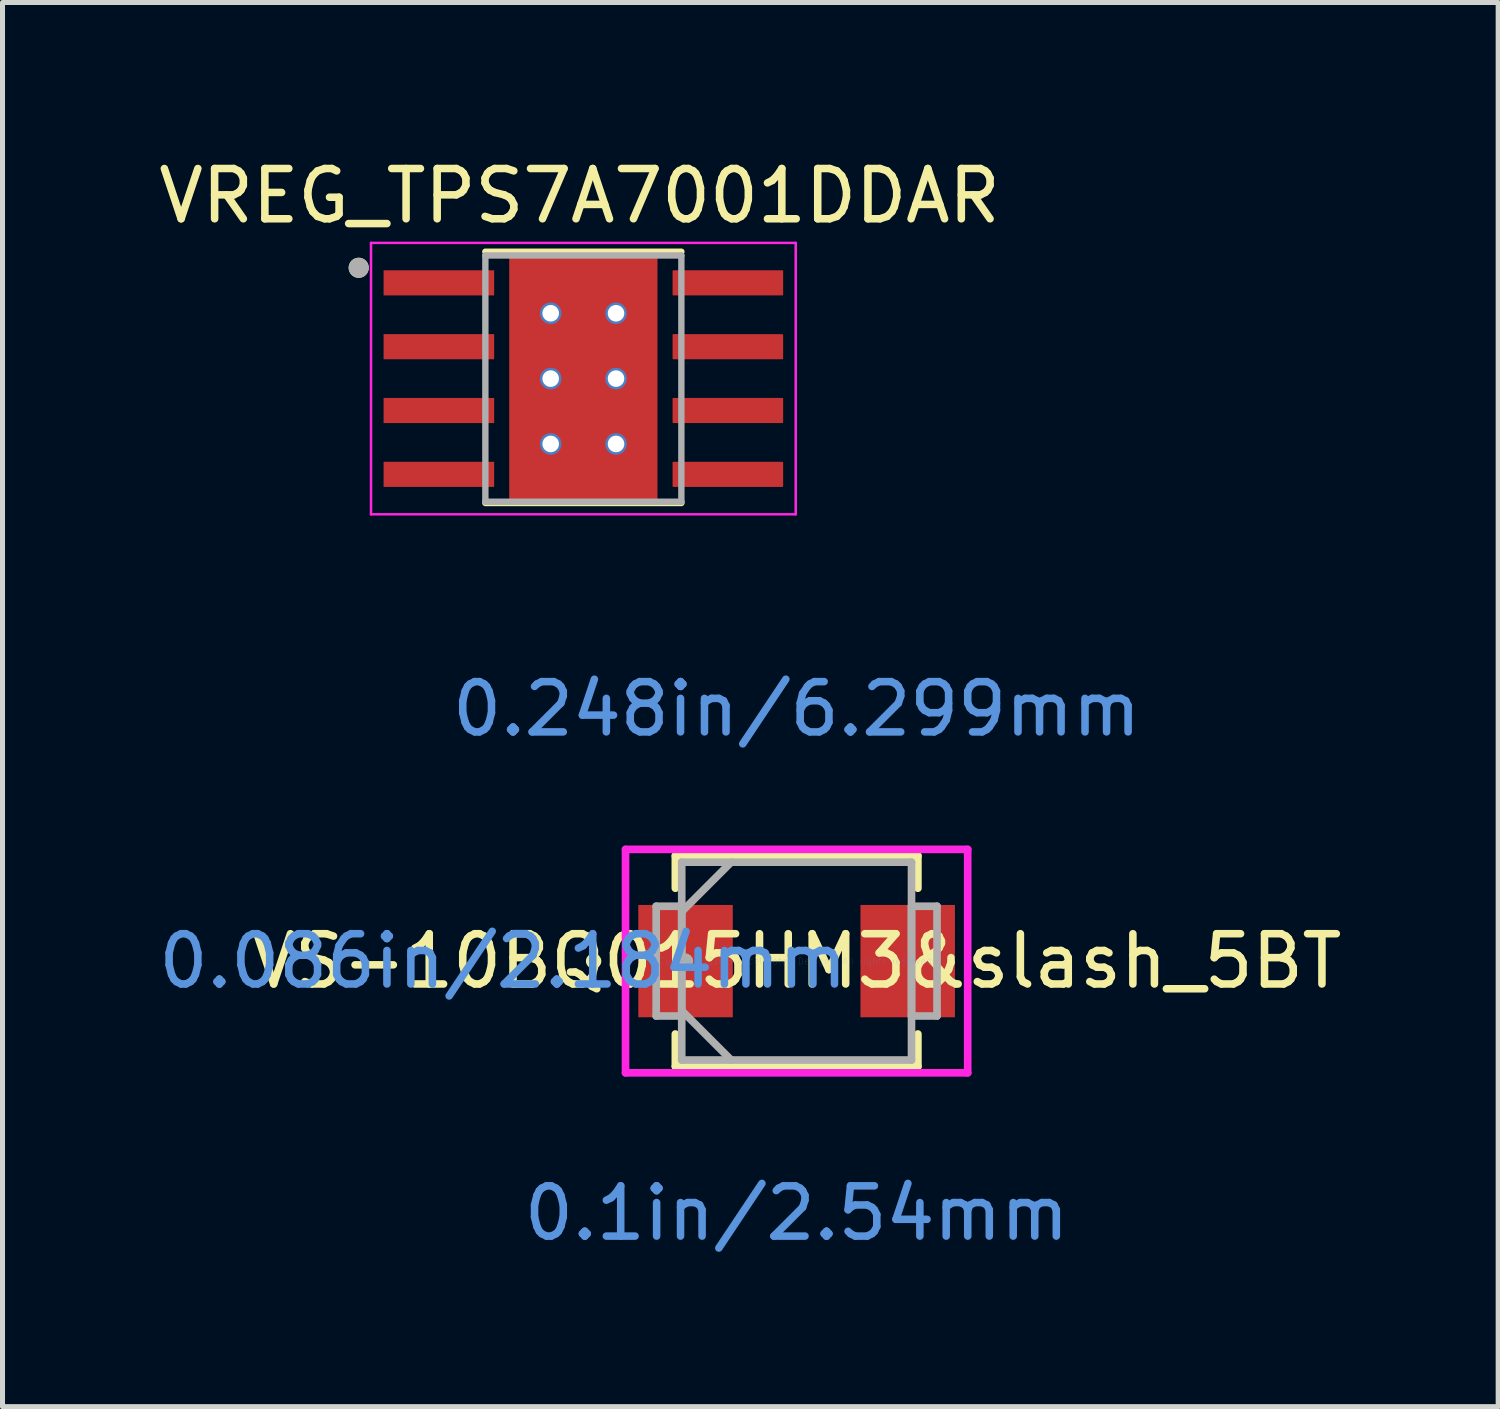
<source format=kicad_pcb>
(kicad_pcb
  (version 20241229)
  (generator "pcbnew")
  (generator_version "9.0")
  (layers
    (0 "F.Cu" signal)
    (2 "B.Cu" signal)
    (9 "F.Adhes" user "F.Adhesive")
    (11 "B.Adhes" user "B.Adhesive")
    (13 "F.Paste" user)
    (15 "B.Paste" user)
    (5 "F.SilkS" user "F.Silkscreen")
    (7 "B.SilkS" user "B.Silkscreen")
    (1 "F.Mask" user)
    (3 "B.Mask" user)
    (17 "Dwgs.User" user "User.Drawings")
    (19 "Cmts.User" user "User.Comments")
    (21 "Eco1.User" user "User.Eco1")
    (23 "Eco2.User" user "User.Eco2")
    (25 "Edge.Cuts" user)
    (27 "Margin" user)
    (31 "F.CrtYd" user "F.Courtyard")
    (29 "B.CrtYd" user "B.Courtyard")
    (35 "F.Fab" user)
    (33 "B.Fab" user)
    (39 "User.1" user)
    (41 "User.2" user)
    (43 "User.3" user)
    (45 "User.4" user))
  (footprint "VREG_TPS7A7001DDAR"
    (layer "F.Cu")
    (at 8.557 4.483)
    (property "Reference" "VREG_TPS7A7001DDAR" (at -0.075 -3.635 0) (layer "F.SilkS") (effects (font (size 1 1) (thickness 0.15))))
    (attr smd)
    (fp_poly (pts (xy -4.045 -2.225) (xy -1.705 -2.225) (xy -1.705 -1.585) (xy -4.045 -1.585)) (stroke (width 0.01) (type solid)) (fill yes) (layer "F.Mask"))
    (fp_poly (pts (xy -4.045 -0.955) (xy -1.705 -0.955) (xy -1.705 -0.315) (xy -4.045 -0.315)) (stroke (width 0.01) (type solid)) (fill yes) (layer "F.Mask"))
    (fp_poly (pts (xy -4.045 0.315) (xy -1.705 0.315) (xy -1.705 0.955) (xy -4.045 0.955)) (stroke (width 0.01) (type solid)) (fill yes) (layer "F.Mask"))
    (fp_poly (pts (xy -4.045 1.585) (xy -1.705 1.585) (xy -1.705 2.225) (xy -4.045 2.225)) (stroke (width 0.01) (type solid)) (fill yes) (layer "F.Mask"))
    (fp_poly (pts (xy -1.2 -1.55) (xy 1.2 -1.55) (xy 1.2 1.55) (xy -1.2 1.55)) (stroke (width 0.01) (type solid)) (fill yes) (layer "F.Mask"))
    (fp_poly (pts (xy 1.705 -2.225) (xy 4.045 -2.225) (xy 4.045 -1.585) (xy 1.705 -1.585)) (stroke (width 0.01) (type solid)) (fill yes) (layer "F.Mask"))
    (fp_poly (pts (xy 1.705 -0.955) (xy 4.045 -0.955) (xy 4.045 -0.315) (xy 1.705 -0.315)) (stroke (width 0.01) (type solid)) (fill yes) (layer "F.Mask"))
    (fp_poly (pts (xy 1.705 0.315) (xy 4.045 0.315) (xy 4.045 0.955) (xy 1.705 0.955)) (stroke (width 0.01) (type solid)) (fill yes) (layer "F.Mask"))
    (fp_poly (pts (xy 1.705 1.585) (xy 4.045 1.585) (xy 4.045 2.225) (xy 1.705 2.225)) (stroke (width 0.01) (type solid)) (fill yes) (layer "F.Mask"))
    (fp_line (start -1.95 -2.525) (end 1.95 -2.525) (stroke (width 0.127) (type solid)) (layer "F.SilkS"))
    (fp_line (start -1.95 2.475) (end 1.95 2.475) (stroke (width 0.127) (type solid)) (layer "F.SilkS"))
    (fp_circle (center -4.47 -2.205) (end -4.37 -2.205) (stroke (width 0.2) (type solid)) (fill no) (layer "F.SilkS"))
    (fp_poly (pts (xy -3.95 -2.13) (xy -1.8 -2.13) (xy -1.8 -1.68) (xy -3.95 -1.68)) (stroke (width 0.01) (type solid)) (fill yes) (layer "F.Paste"))
    (fp_poly (pts (xy -3.95 -0.86) (xy -1.8 -0.86) (xy -1.8 -0.41) (xy -3.95 -0.41)) (stroke (width 0.01) (type solid)) (fill yes) (layer "F.Paste"))
    (fp_poly (pts (xy -3.95 0.41) (xy -1.8 0.41) (xy -1.8 0.86) (xy -3.95 0.86)) (stroke (width 0.01) (type solid)) (fill yes) (layer "F.Paste"))
    (fp_poly (pts (xy -3.95 1.68) (xy -1.8 1.68) (xy -1.8 2.13) (xy -3.95 2.13)) (stroke (width 0.01) (type solid)) (fill yes) (layer "F.Paste"))
    (fp_poly (pts (xy -1.2 -1.55) (xy 1.2 -1.55) (xy 1.2 1.55) (xy -1.2 1.55)) (stroke (width 0.01) (type solid)) (fill yes) (layer "F.Paste"))
    (fp_poly (pts (xy 1.8 -2.13) (xy 3.95 -2.13) (xy 3.95 -1.68) (xy 1.8 -1.68)) (stroke (width 0.01) (type solid)) (fill yes) (layer "F.Paste"))
    (fp_poly (pts (xy 1.8 -0.86) (xy 3.95 -0.86) (xy 3.95 -0.41) (xy 1.8 -0.41)) (stroke (width 0.01) (type solid)) (fill yes) (layer "F.Paste"))
    (fp_poly (pts (xy 1.8 0.41) (xy 3.95 0.41) (xy 3.95 0.86) (xy 1.8 0.86)) (stroke (width 0.01) (type solid)) (fill yes) (layer "F.Paste"))
    (fp_poly (pts (xy 1.8 1.68) (xy 3.95 1.68) (xy 3.95 2.13) (xy 1.8 2.13)) (stroke (width 0.01) (type solid)) (fill yes) (layer "F.Paste"))
    (fp_line (start -4.225 -2.7) (end -4.225 2.7) (stroke (width 0.05) (type solid)) (layer "F.CrtYd"))
    (fp_line (start -4.225 -2.7) (end 4.225 -2.7) (stroke (width 0.05) (type solid)) (layer "F.CrtYd"))
    (fp_line (start -4.225 2.7) (end 4.225 2.7) (stroke (width 0.05) (type solid)) (layer "F.CrtYd"))
    (fp_line (start 4.225 -2.7) (end 4.225 2.7) (stroke (width 0.05) (type solid)) (layer "F.CrtYd"))
    (fp_line (start -1.95 -2.45) (end -1.95 2.45) (stroke (width 0.127) (type solid)) (layer "F.Fab"))
    (fp_line (start -1.95 -2.45) (end 1.95 -2.45) (stroke (width 0.127) (type solid)) (layer "F.Fab"))
    (fp_line (start -1.95 2.45) (end 1.95 2.45) (stroke (width 0.127) (type solid)) (layer "F.Fab"))
    (fp_line (start 1.95 -2.45) (end 1.95 2.45) (stroke (width 0.127) (type solid)) (layer "F.Fab"))
    (fp_circle (center -4.47 -2.205) (end -4.37 -2.205) (stroke (width 0.2) (type solid)) (fill no) (layer "F.Fab"))
    (pad "1" smd rect (at -2.875 -1.905) (size 2.2 0.5) (layers "F.Cu"))
    (pad "2" smd rect (at -2.875 -0.635) (size 2.2 0.5) (layers "F.Cu"))
    (pad "3" smd rect (at -2.875 0.635) (size 2.2 0.5) (layers "F.Cu"))
    (pad "4" smd rect (at -2.875 1.905) (size 2.2 0.5) (layers "F.Cu"))
    (pad "5" smd roundrect (at 2.875 1.905) (size 2.2 0.5) (layers "F.Cu") (roundrect_rratio 0.03))
    (pad "6" smd roundrect (at 2.875 0.635) (size 2.2 0.5) (layers "F.Cu") (roundrect_rratio 0.03))
    (pad "7" smd roundrect (at 2.875 -0.635) (size 2.2 0.5) (layers "F.Cu") (roundrect_rratio 0.03))
    (pad "8" smd roundrect (at 2.875 -1.905) (size 2.2 0.5) (layers "F.Cu") (roundrect_rratio 0.03))
    (pad "9" smd rect (at 0 0) (size 2.95 4.9) (layers "F.Cu"))
    (pad "10" thru_hole circle (at -0.65 -1.3) (size 0.43 0.43) (drill 0.33) (layers "*.Cu"))
    (pad "11" thru_hole circle (at 0.65 -1.3) (size 0.43 0.43) (drill 0.33) (layers "*.Cu"))
    (pad "12" thru_hole circle (at -0.65 0) (size 0.43 0.43) (drill 0.33) (layers "*.Cu"))
    (pad "13" thru_hole circle (at 0.65 0) (size 0.43 0.43) (drill 0.33) (layers "*.Cu"))
    (pad "14" thru_hole circle (at -0.65 1.3) (size 0.43 0.43) (drill 0.33) (layers "*.Cu"))
    (pad "15" thru_hole circle (at 0.65 1.3) (size 0.43 0.43) (drill 0.33) (layers "*.Cu")))
  (footprint "VS-10BQ015HM3&slash_5BT"
    (layer "F.Cu")
    (at 12.8 16.073)
    (property "Reference" "VS-10BQ015HM3&slash_5BT" (at 0 0 0) (layer "F.SilkS") (effects (font (size 1 1) (thickness 0.15))))
    (attr through_hole)
    (fp_line (start -2.413 -2.095) (end -2.413 -1.45) (stroke (width 0.152) (type solid)) (layer "F.SilkS"))
    (fp_line (start -2.413 1.45) (end -2.413 2.095) (stroke (width 0.152) (type solid)) (layer "F.SilkS"))
    (fp_line (start -2.413 2.095) (end 2.413 2.095) (stroke (width 0.152) (type solid)) (layer "F.SilkS"))
    (fp_line (start 2.413 -2.095) (end -2.413 -2.095) (stroke (width 0.152) (type solid)) (layer "F.SilkS"))
    (fp_line (start 2.413 -1.45) (end 2.413 -2.095) (stroke (width 0.152) (type solid)) (layer "F.SilkS"))
    (fp_line (start 2.413 2.095) (end 2.413 1.45) (stroke (width 0.152) (type solid)) (layer "F.SilkS"))
    (fp_circle (center -4.039 0) (end -3.962 0) (stroke (width 0.152) (type solid)) (fill no) (layer "F.SilkS"))
    (fp_line (start -3.404 -2.223) (end 3.404 -2.223) (stroke (width 0.152) (type solid)) (layer "F.CrtYd"))
    (fp_line (start -3.404 2.223) (end -3.404 -2.223) (stroke (width 0.152) (type solid)) (layer "F.CrtYd"))
    (fp_line (start 3.404 -2.223) (end 3.404 2.223) (stroke (width 0.152) (type solid)) (layer "F.CrtYd"))
    (fp_line (start 3.404 2.223) (end -3.404 2.223) (stroke (width 0.152) (type solid)) (layer "F.CrtYd"))
    (fp_line (start -2.794 -1.092) (end -2.794 1.092) (stroke (width 0.152) (type solid)) (layer "F.Fab"))
    (fp_line (start -2.794 1.092) (end -2.286 1.092) (stroke (width 0.152) (type solid)) (layer "F.Fab"))
    (fp_line (start -2.286 -1.968) (end -2.286 1.968) (stroke (width 0.152) (type solid)) (layer "F.Fab"))
    (fp_line (start -2.286 -1.092) (end -2.794 -1.092) (stroke (width 0.152) (type solid)) (layer "F.Fab"))
    (fp_line (start -2.286 -0.984) (end -1.302 -1.968) (stroke (width 0.152) (type solid)) (layer "F.Fab"))
    (fp_line (start -2.286 0.984) (end -1.302 1.968) (stroke (width 0.152) (type solid)) (layer "F.Fab"))
    (fp_line (start -2.286 1.092) (end -2.286 -1.092) (stroke (width 0.152) (type solid)) (layer "F.Fab"))
    (fp_line (start -2.286 1.968) (end 2.286 1.968) (stroke (width 0.152) (type solid)) (layer "F.Fab"))
    (fp_line (start 2.286 -1.968) (end -2.286 -1.968) (stroke (width 0.152) (type solid)) (layer "F.Fab"))
    (fp_line (start 2.286 -1.092) (end 2.286 1.092) (stroke (width 0.152) (type solid)) (layer "F.Fab"))
    (fp_line (start 2.286 1.092) (end 2.794 1.092) (stroke (width 0.152) (type solid)) (layer "F.Fab"))
    (fp_line (start 2.286 1.968) (end 2.286 -1.968) (stroke (width 0.152) (type solid)) (layer "F.Fab"))
    (fp_line (start 2.794 -1.092) (end 2.286 -1.092) (stroke (width 0.152) (type solid)) (layer "F.Fab"))
    (fp_line (start 2.794 1.092) (end 2.794 -1.092) (stroke (width 0.152) (type solid)) (layer "F.Fab"))
    (fp_circle (center -2.21 0) (end -2.134 0) (stroke (width 0.152) (type solid)) (fill no) (layer "F.Fab"))
    (fp_text user "Copyright 2016 Accelerated Designs. All rights reserved." (at 0 0 0) (layer "Cmts.User") (effects (font (size 0.127 0.127) (thickness 0.002))))
    (fp_text user "0.086in/2.184mm" (at -5.842 0 0) (layer "Cmts.User") (effects (font (size 1 1) (thickness 0.15))))
    (fp_text user "0.1in/2.54mm" (at 0 5.016 0) (layer "Cmts.User") (effects (font (size 1 1) (thickness 0.15))))
    (fp_text user "0.248in/6.299mm" (at 0 -5.016 0) (layer "Cmts.User") (effects (font (size 1 1) (thickness 0.15))))
    (pad "1" smd rect (at -2.21 0) (size 1.88 2.235) (layers "F.Cu" "F.Mask" "F.Paste"))
    (pad "2" smd rect (at 2.21 0) (size 1.88 2.235) (layers "F.Cu" "F.Mask" "F.Paste")))
  (gr_rect
    (start -3 -3)
    (end 26.759 24.938)
    (stroke (width 0.1) (type default))
    (fill no)
    (layer "Edge.Cuts")))
</source>
